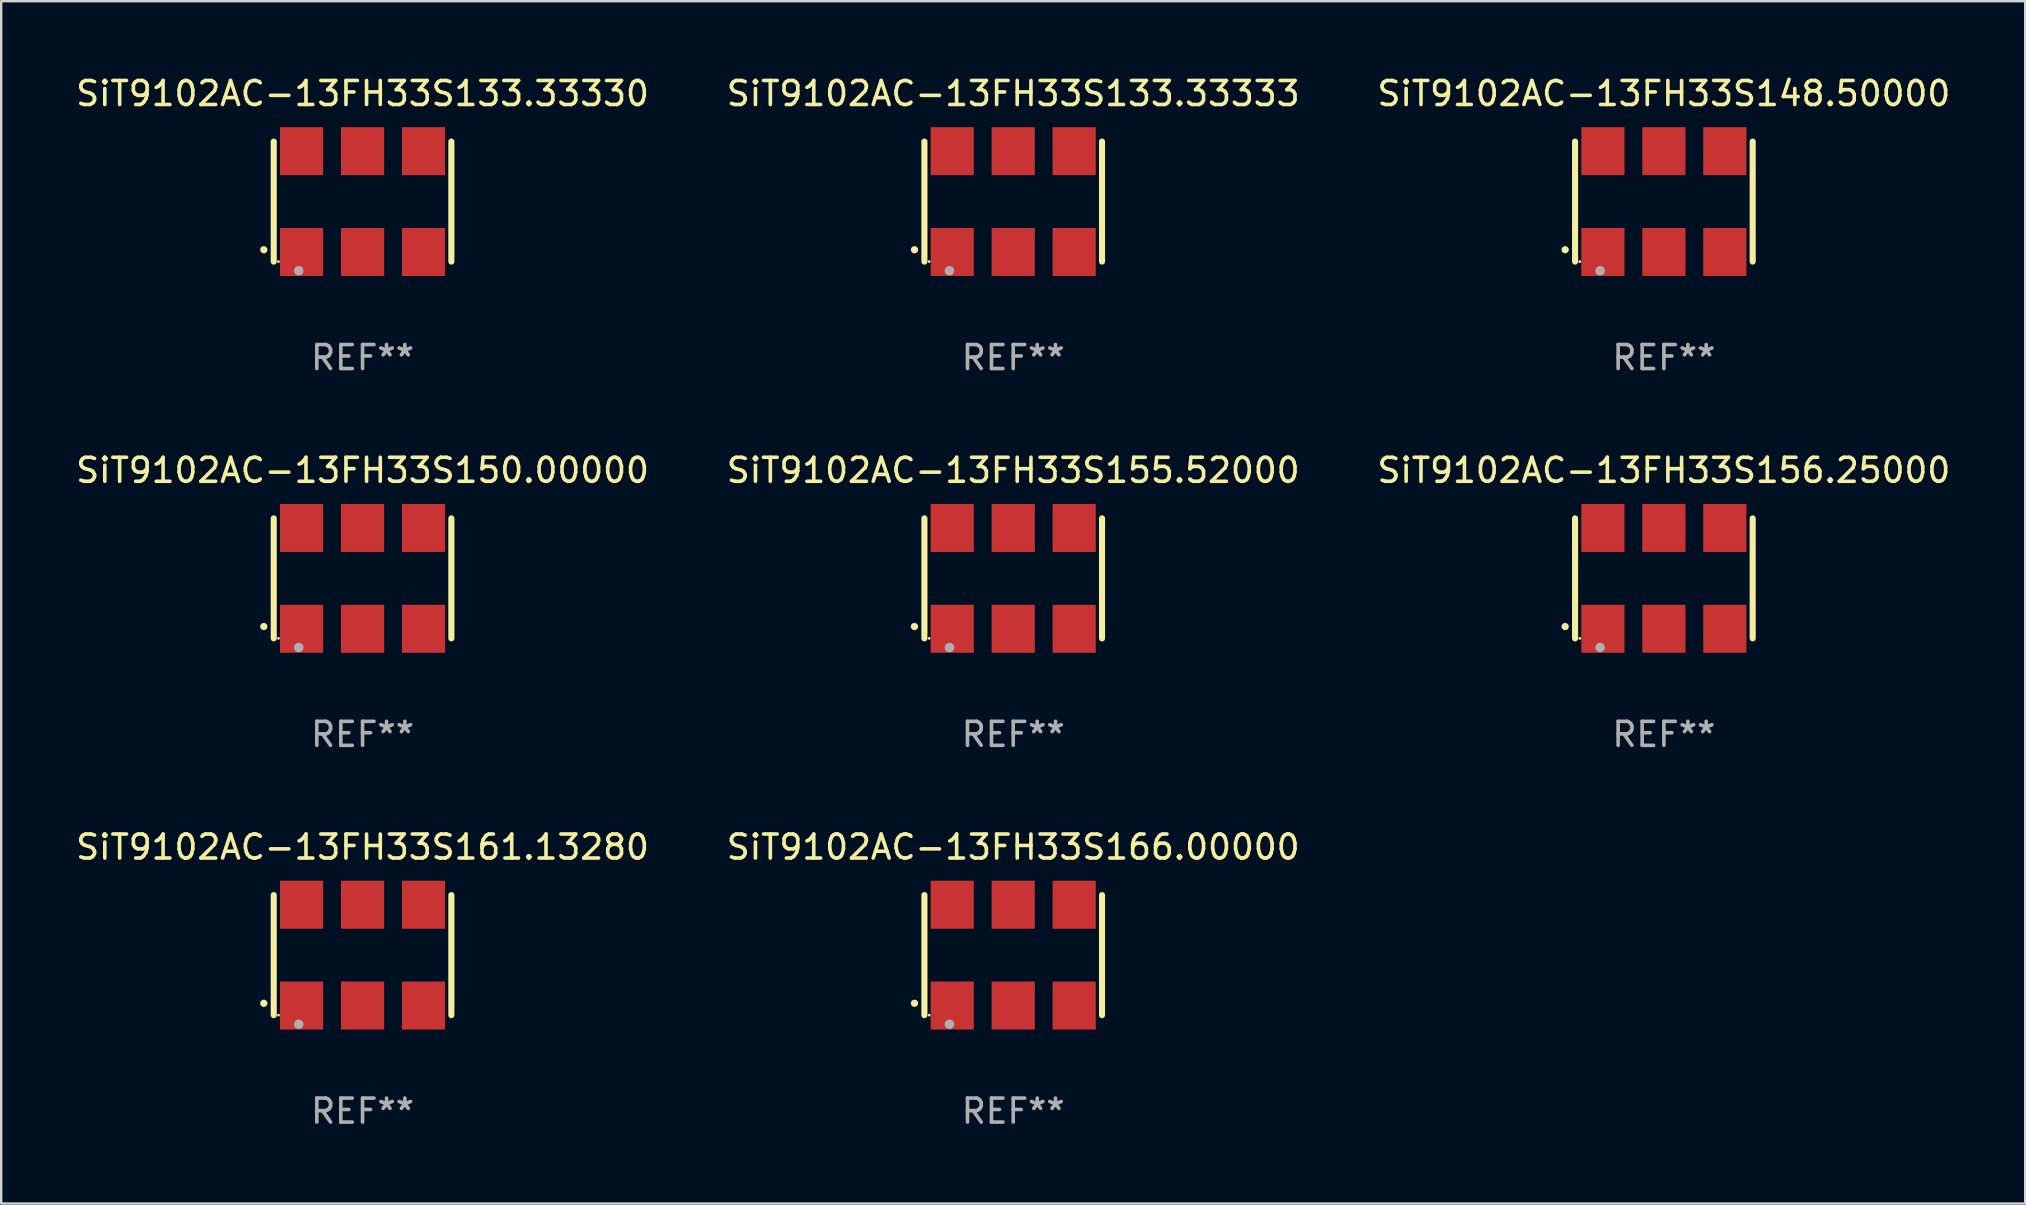
<source format=kicad_pcb>
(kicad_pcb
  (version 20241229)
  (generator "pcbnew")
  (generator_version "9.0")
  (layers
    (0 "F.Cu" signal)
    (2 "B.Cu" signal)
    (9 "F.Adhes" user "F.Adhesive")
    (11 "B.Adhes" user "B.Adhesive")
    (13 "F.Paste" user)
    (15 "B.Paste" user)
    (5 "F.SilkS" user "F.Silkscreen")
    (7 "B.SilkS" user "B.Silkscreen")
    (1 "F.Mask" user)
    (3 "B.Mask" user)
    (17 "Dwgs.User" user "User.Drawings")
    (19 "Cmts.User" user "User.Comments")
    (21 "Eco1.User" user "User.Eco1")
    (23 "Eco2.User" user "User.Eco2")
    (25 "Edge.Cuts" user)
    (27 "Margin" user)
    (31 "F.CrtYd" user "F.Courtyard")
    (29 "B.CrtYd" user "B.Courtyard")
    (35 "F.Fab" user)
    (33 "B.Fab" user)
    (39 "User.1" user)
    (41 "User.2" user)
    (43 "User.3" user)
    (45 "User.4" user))
  (footprint "SiT9102AC-13FH33S150.00000"
    (layer "F.Cu")
    (at 12.054 21.045)
    (property "Reference" "SiT9102AC-13FH33S150.00000" (at 0 -4.5 0) (layer "F.SilkS") (effects (font (size 1 1) (thickness 0.15))))
    (attr through_hole)
    (fp_line (start -3.7 -2.5) (end -3.7 2.5) (stroke (width 0.254) (type solid)) (layer "F.SilkS"))
    (fp_line (start 3.7 -2.5) (end 3.7 2.5) (stroke (width 0.254) (type solid)) (layer "F.SilkS"))
    (fp_arc (start -4.114415 2.006604) (mid -4.113145 2.006599) (end -4.111875 2.006604) (stroke (width 0.3) (type solid)) (layer "F.SilkS"))
    (fp_circle (center -3.502 2.5) (end -3.472 2.5) (stroke (width 0.06) (type solid)) (fill no) (layer "F.SilkS"))
    (fp_circle (center -2.657 2.882) (end -2.557 2.882) (stroke (width 0.2) (type solid)) (fill no) (layer "F.Fab"))
    (fp_text user "REF**" (at 0 6.5 0) (layer "F.Fab") (effects (font (size 1 1) (thickness 0.15))))
    (pad "1" smd rect (at -2.54 2.1) (size 1.8 2) (layers "F.Cu" "F.Mask" "F.Paste"))
    (pad "2" smd rect (at 0.000394 2.1) (size 1.8 2) (layers "F.Cu" "F.Mask" "F.Paste"))
    (pad "3" smd rect (at 2.54 2.1) (size 1.8 2) (layers "F.Cu" "F.Mask" "F.Paste"))
    (pad "4" smd rect (at 2.54 -2.1) (size 1.8 2) (layers "F.Cu" "F.Mask" "F.Paste"))
    (pad "5" smd rect (at 0.000394 -2.1) (size 1.8 2) (layers "F.Cu" "F.Mask" "F.Paste"))
    (pad "6" smd rect (at -2.54 -2.1) (size 1.8 2) (layers "F.Cu" "F.Mask" "F.Paste")))
  (footprint "SiT9102AC-13FH33S156.25000"
    (layer "F.Cu")
    (at 66.268 21.045)
    (property "Reference" "SiT9102AC-13FH33S156.25000" (at 0 -4.5 0) (layer "F.SilkS") (effects (font (size 1 1) (thickness 0.15))))
    (attr through_hole)
    (fp_line (start -3.7 -2.5) (end -3.7 2.5) (stroke (width 0.254) (type solid)) (layer "F.SilkS"))
    (fp_line (start 3.7 -2.5) (end 3.7 2.5) (stroke (width 0.254) (type solid)) (layer "F.SilkS"))
    (fp_arc (start -4.114415 2.006604) (mid -4.113145 2.006599) (end -4.111875 2.006604) (stroke (width 0.3) (type solid)) (layer "F.SilkS"))
    (fp_circle (center -3.502 2.5) (end -3.472 2.5) (stroke (width 0.06) (type solid)) (fill no) (layer "F.SilkS"))
    (fp_circle (center -2.657 2.882) (end -2.557 2.882) (stroke (width 0.2) (type solid)) (fill no) (layer "F.Fab"))
    (fp_text user "REF**" (at 0 6.5 0) (layer "F.Fab") (effects (font (size 1 1) (thickness 0.15))))
    (pad "1" smd rect (at -2.54 2.1) (size 1.8 2) (layers "F.Cu" "F.Mask" "F.Paste"))
    (pad "2" smd rect (at 0.000394 2.1) (size 1.8 2) (layers "F.Cu" "F.Mask" "F.Paste"))
    (pad "3" smd rect (at 2.54 2.1) (size 1.8 2) (layers "F.Cu" "F.Mask" "F.Paste"))
    (pad "4" smd rect (at 2.54 -2.1) (size 1.8 2) (layers "F.Cu" "F.Mask" "F.Paste"))
    (pad "5" smd rect (at 0.000394 -2.1) (size 1.8 2) (layers "F.Cu" "F.Mask" "F.Paste"))
    (pad "6" smd rect (at -2.54 -2.1) (size 1.8 2) (layers "F.Cu" "F.Mask" "F.Paste")))
  (footprint "SiT9102AC-13FH33S148.50000"
    (layer "F.Cu")
    (at 66.268 5.348)
    (property "Reference" "SiT9102AC-13FH33S148.50000" (at 0 -4.5 0) (layer "F.SilkS") (effects (font (size 1 1) (thickness 0.15))))
    (attr through_hole)
    (fp_line (start -3.7 -2.5) (end -3.7 2.5) (stroke (width 0.254) (type solid)) (layer "F.SilkS"))
    (fp_line (start 3.7 -2.5) (end 3.7 2.5) (stroke (width 0.254) (type solid)) (layer "F.SilkS"))
    (fp_arc (start -4.114415 2.006604) (mid -4.113145 2.006599) (end -4.111875 2.006604) (stroke (width 0.3) (type solid)) (layer "F.SilkS"))
    (fp_circle (center -3.502 2.5) (end -3.472 2.5) (stroke (width 0.06) (type solid)) (fill no) (layer "F.SilkS"))
    (fp_circle (center -2.657 2.882) (end -2.557 2.882) (stroke (width 0.2) (type solid)) (fill no) (layer "F.Fab"))
    (fp_text user "REF**" (at 0 6.5 0) (layer "F.Fab") (effects (font (size 1 1) (thickness 0.15))))
    (pad "1" smd rect (at -2.54 2.1) (size 1.8 2) (layers "F.Cu" "F.Mask" "F.Paste"))
    (pad "2" smd rect (at 0.000394 2.1) (size 1.8 2) (layers "F.Cu" "F.Mask" "F.Paste"))
    (pad "3" smd rect (at 2.54 2.1) (size 1.8 2) (layers "F.Cu" "F.Mask" "F.Paste"))
    (pad "4" smd rect (at 2.54 -2.1) (size 1.8 2) (layers "F.Cu" "F.Mask" "F.Paste"))
    (pad "5" smd rect (at 0.000394 -2.1) (size 1.8 2) (layers "F.Cu" "F.Mask" "F.Paste"))
    (pad "6" smd rect (at -2.54 -2.1) (size 1.8 2) (layers "F.Cu" "F.Mask" "F.Paste")))
  (footprint "SiT9102AC-13FH33S155.52000"
    (layer "F.Cu")
    (at 39.161 21.045)
    (property "Reference" "SiT9102AC-13FH33S155.52000" (at 0 -4.5 0) (layer "F.SilkS") (effects (font (size 1 1) (thickness 0.15))))
    (attr through_hole)
    (fp_line (start -3.7 -2.5) (end -3.7 2.5) (stroke (width 0.254) (type solid)) (layer "F.SilkS"))
    (fp_line (start 3.7 -2.5) (end 3.7 2.5) (stroke (width 0.254) (type solid)) (layer "F.SilkS"))
    (fp_arc (start -4.114415 2.006604) (mid -4.113145 2.006599) (end -4.111875 2.006604) (stroke (width 0.3) (type solid)) (layer "F.SilkS"))
    (fp_circle (center -3.502 2.5) (end -3.472 2.5) (stroke (width 0.06) (type solid)) (fill no) (layer "F.SilkS"))
    (fp_circle (center -2.657 2.882) (end -2.557 2.882) (stroke (width 0.2) (type solid)) (fill no) (layer "F.Fab"))
    (fp_text user "REF**" (at 0 6.5 0) (layer "F.Fab") (effects (font (size 1 1) (thickness 0.15))))
    (pad "1" smd rect (at -2.54 2.1) (size 1.8 2) (layers "F.Cu" "F.Mask" "F.Paste"))
    (pad "2" smd rect (at 0.000394 2.1) (size 1.8 2) (layers "F.Cu" "F.Mask" "F.Paste"))
    (pad "3" smd rect (at 2.54 2.1) (size 1.8 2) (layers "F.Cu" "F.Mask" "F.Paste"))
    (pad "4" smd rect (at 2.54 -2.1) (size 1.8 2) (layers "F.Cu" "F.Mask" "F.Paste"))
    (pad "5" smd rect (at 0.000394 -2.1) (size 1.8 2) (layers "F.Cu" "F.Mask" "F.Paste"))
    (pad "6" smd rect (at -2.54 -2.1) (size 1.8 2) (layers "F.Cu" "F.Mask" "F.Paste")))
  (footprint "SiT9102AC-13FH33S133.33330"
    (layer "F.Cu")
    (at 12.054 5.348)
    (property "Reference" "SiT9102AC-13FH33S133.33330" (at 0 -4.5 0) (layer "F.SilkS") (effects (font (size 1 1) (thickness 0.15))))
    (attr through_hole)
    (fp_line (start -3.7 -2.5) (end -3.7 2.5) (stroke (width 0.254) (type solid)) (layer "F.SilkS"))
    (fp_line (start 3.7 -2.5) (end 3.7 2.5) (stroke (width 0.254) (type solid)) (layer "F.SilkS"))
    (fp_arc (start -4.114415 2.006604) (mid -4.113145 2.006599) (end -4.111875 2.006604) (stroke (width 0.3) (type solid)) (layer "F.SilkS"))
    (fp_circle (center -3.502 2.5) (end -3.472 2.5) (stroke (width 0.06) (type solid)) (fill no) (layer "F.SilkS"))
    (fp_circle (center -2.657 2.882) (end -2.557 2.882) (stroke (width 0.2) (type solid)) (fill no) (layer "F.Fab"))
    (fp_text user "REF**" (at 0 6.5 0) (layer "F.Fab") (effects (font (size 1 1) (thickness 0.15))))
    (pad "1" smd rect (at -2.54 2.1) (size 1.8 2) (layers "F.Cu" "F.Mask" "F.Paste"))
    (pad "2" smd rect (at 0.000394 2.1) (size 1.8 2) (layers "F.Cu" "F.Mask" "F.Paste"))
    (pad "3" smd rect (at 2.54 2.1) (size 1.8 2) (layers "F.Cu" "F.Mask" "F.Paste"))
    (pad "4" smd rect (at 2.54 -2.1) (size 1.8 2) (layers "F.Cu" "F.Mask" "F.Paste"))
    (pad "5" smd rect (at 0.000394 -2.1) (size 1.8 2) (layers "F.Cu" "F.Mask" "F.Paste"))
    (pad "6" smd rect (at -2.54 -2.1) (size 1.8 2) (layers "F.Cu" "F.Mask" "F.Paste")))
  (footprint "SiT9102AC-13FH33S133.33333"
    (layer "F.Cu")
    (at 39.161 5.348)
    (property "Reference" "SiT9102AC-13FH33S133.33333" (at 0 -4.5 0) (layer "F.SilkS") (effects (font (size 1 1) (thickness 0.15))))
    (attr through_hole)
    (fp_line (start -3.7 -2.5) (end -3.7 2.5) (stroke (width 0.254) (type solid)) (layer "F.SilkS"))
    (fp_line (start 3.7 -2.5) (end 3.7 2.5) (stroke (width 0.254) (type solid)) (layer "F.SilkS"))
    (fp_arc (start -4.114415 2.006604) (mid -4.113145 2.006599) (end -4.111875 2.006604) (stroke (width 0.3) (type solid)) (layer "F.SilkS"))
    (fp_circle (center -3.502 2.5) (end -3.472 2.5) (stroke (width 0.06) (type solid)) (fill no) (layer "F.SilkS"))
    (fp_circle (center -2.657 2.882) (end -2.557 2.882) (stroke (width 0.2) (type solid)) (fill no) (layer "F.Fab"))
    (fp_text user "REF**" (at 0 6.5 0) (layer "F.Fab") (effects (font (size 1 1) (thickness 0.15))))
    (pad "1" smd rect (at -2.54 2.1) (size 1.8 2) (layers "F.Cu" "F.Mask" "F.Paste"))
    (pad "2" smd rect (at 0.000394 2.1) (size 1.8 2) (layers "F.Cu" "F.Mask" "F.Paste"))
    (pad "3" smd rect (at 2.54 2.1) (size 1.8 2) (layers "F.Cu" "F.Mask" "F.Paste"))
    (pad "4" smd rect (at 2.54 -2.1) (size 1.8 2) (layers "F.Cu" "F.Mask" "F.Paste"))
    (pad "5" smd rect (at 0.000394 -2.1) (size 1.8 2) (layers "F.Cu" "F.Mask" "F.Paste"))
    (pad "6" smd rect (at -2.54 -2.1) (size 1.8 2) (layers "F.Cu" "F.Mask" "F.Paste")))
  (footprint "SiT9102AC-13FH33S166.00000"
    (layer "F.Cu")
    (at 39.161 36.741)
    (property "Reference" "SiT9102AC-13FH33S166.00000" (at 0 -4.5 0) (layer "F.SilkS") (effects (font (size 1 1) (thickness 0.15))))
    (attr through_hole)
    (fp_line (start -3.7 -2.5) (end -3.7 2.5) (stroke (width 0.254) (type solid)) (layer "F.SilkS"))
    (fp_line (start 3.7 -2.5) (end 3.7 2.5) (stroke (width 0.254) (type solid)) (layer "F.SilkS"))
    (fp_arc (start -4.114415 2.006604) (mid -4.113145 2.006599) (end -4.111875 2.006604) (stroke (width 0.3) (type solid)) (layer "F.SilkS"))
    (fp_circle (center -3.502 2.5) (end -3.472 2.5) (stroke (width 0.06) (type solid)) (fill no) (layer "F.SilkS"))
    (fp_circle (center -2.657 2.882) (end -2.557 2.882) (stroke (width 0.2) (type solid)) (fill no) (layer "F.Fab"))
    (fp_text user "REF**" (at 0 6.5 0) (layer "F.Fab") (effects (font (size 1 1) (thickness 0.15))))
    (pad "1" smd rect (at -2.54 2.1) (size 1.8 2) (layers "F.Cu" "F.Mask" "F.Paste"))
    (pad "2" smd rect (at 0.000394 2.1) (size 1.8 2) (layers "F.Cu" "F.Mask" "F.Paste"))
    (pad "3" smd rect (at 2.54 2.1) (size 1.8 2) (layers "F.Cu" "F.Mask" "F.Paste"))
    (pad "4" smd rect (at 2.54 -2.1) (size 1.8 2) (layers "F.Cu" "F.Mask" "F.Paste"))
    (pad "5" smd rect (at 0.000394 -2.1) (size 1.8 2) (layers "F.Cu" "F.Mask" "F.Paste"))
    (pad "6" smd rect (at -2.54 -2.1) (size 1.8 2) (layers "F.Cu" "F.Mask" "F.Paste")))
  (footprint "SiT9102AC-13FH33S161.13280"
    (layer "F.Cu")
    (at 12.054 36.741)
    (property "Reference" "SiT9102AC-13FH33S161.13280" (at 0 -4.5 0) (layer "F.SilkS") (effects (font (size 1 1) (thickness 0.15))))
    (attr through_hole)
    (fp_line (start -3.7 -2.5) (end -3.7 2.5) (stroke (width 0.254) (type solid)) (layer "F.SilkS"))
    (fp_line (start 3.7 -2.5) (end 3.7 2.5) (stroke (width 0.254) (type solid)) (layer "F.SilkS"))
    (fp_arc (start -4.114415 2.006604) (mid -4.113145 2.006599) (end -4.111875 2.006604) (stroke (width 0.3) (type solid)) (layer "F.SilkS"))
    (fp_circle (center -3.502 2.5) (end -3.472 2.5) (stroke (width 0.06) (type solid)) (fill no) (layer "F.SilkS"))
    (fp_circle (center -2.657 2.882) (end -2.557 2.882) (stroke (width 0.2) (type solid)) (fill no) (layer "F.Fab"))
    (fp_text user "REF**" (at 0 6.5 0) (layer "F.Fab") (effects (font (size 1 1) (thickness 0.15))))
    (pad "1" smd rect (at -2.54 2.1) (size 1.8 2) (layers "F.Cu" "F.Mask" "F.Paste"))
    (pad "2" smd rect (at 0.000394 2.1) (size 1.8 2) (layers "F.Cu" "F.Mask" "F.Paste"))
    (pad "3" smd rect (at 2.54 2.1) (size 1.8 2) (layers "F.Cu" "F.Mask" "F.Paste"))
    (pad "4" smd rect (at 2.54 -2.1) (size 1.8 2) (layers "F.Cu" "F.Mask" "F.Paste"))
    (pad "5" smd rect (at 0.000394 -2.1) (size 1.8 2) (layers "F.Cu" "F.Mask" "F.Paste"))
    (pad "6" smd rect (at -2.54 -2.1) (size 1.8 2) (layers "F.Cu" "F.Mask" "F.Paste")))
  (gr_rect
    (start -3 -3)
    (end 81.321 47.09)
    (stroke (width 0.1) (type default))
    (fill no)
    (layer "Edge.Cuts")))
</source>
